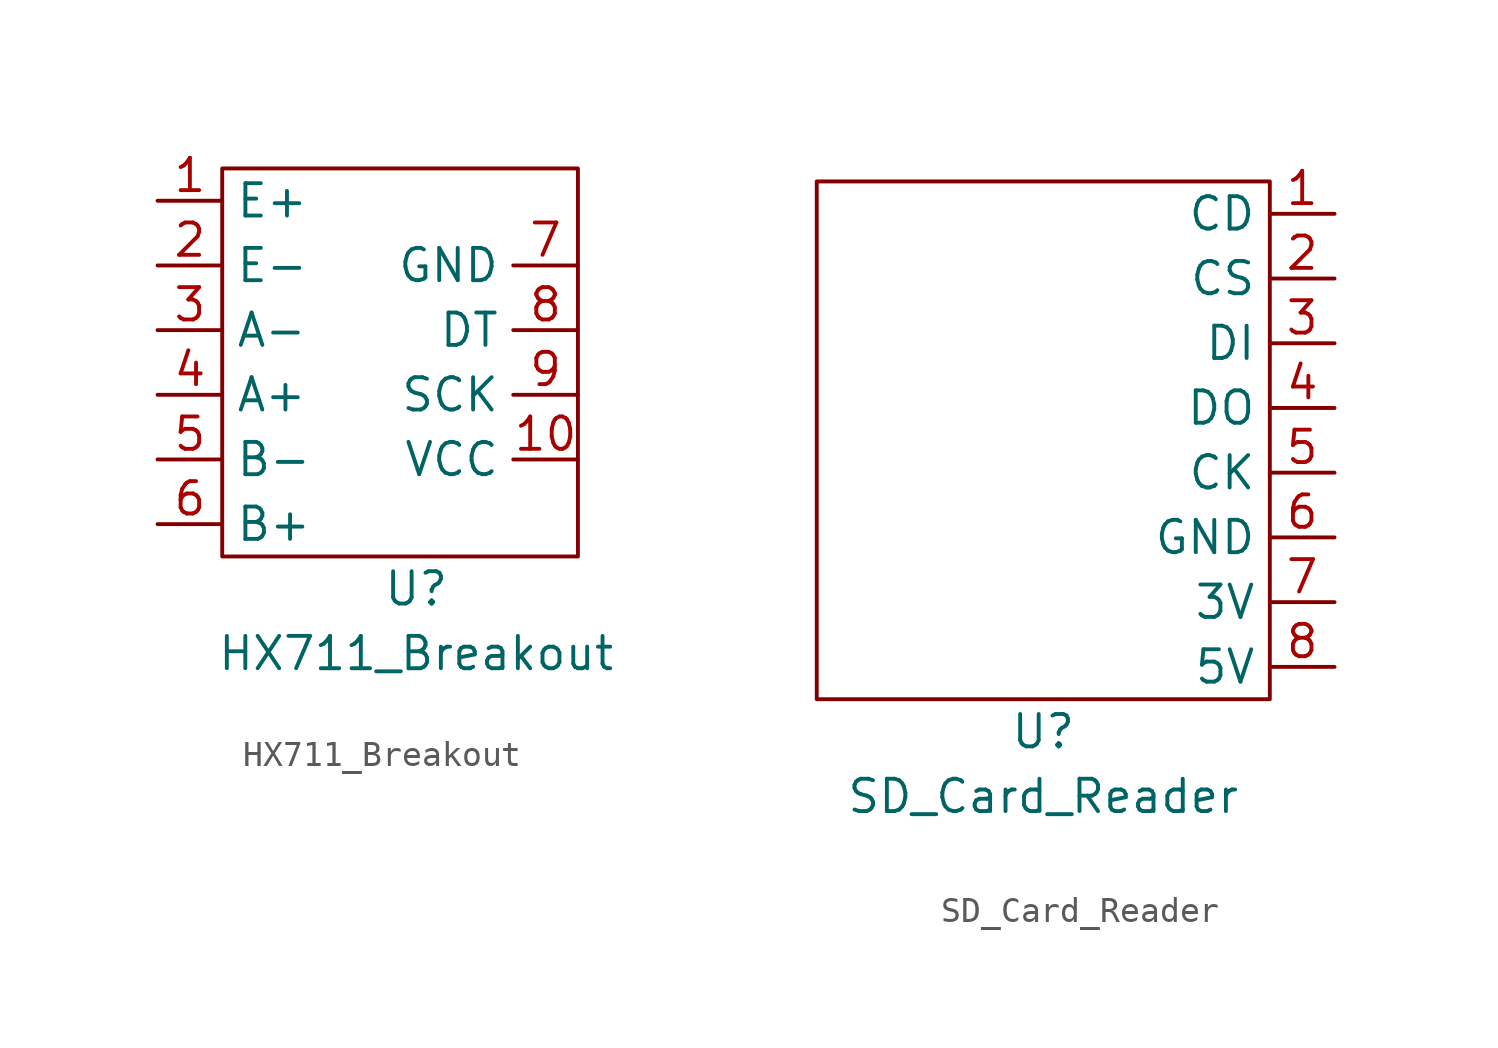
<source format=kicad_sym>
(kicad_symbol_lib
  (version 20211014)
  (generator kicad_symbol_editor)
  (symbol "HX711_Breakout"
    (property "Reference" "U"
      (at -1.27 -5.08 0)
      (effects (font (size 1.27 1.27))))
    (property "Value" "HX711_Breakout"
      (at -1.27 -7.62 0)
      (effects (font (size 1.27 1.27))))
    (symbol "HX711_Breakout_0_1"
      (rectangle (start -8.89 11.43) (end 5.08 -3.81) (stroke (width 0) (type default) (color 0 0 0 0)) (fill (type none))))
    (symbol "HX711_Breakout_1_1"
      (pin output line (at -11.43 10.16 0) (length 2.54) (name "E+" (effects (font (size 1.27 1.27)))) (number "1" (effects (font (size 1.27 1.27)))))
      (pin input line (at 5.08 0 180) (length 2.54) (name "VCC" (effects (font (size 1.27 1.27)))) (number "10" (effects (font (size 1.27 1.27)))))
      (pin output line (at -11.43 7.62 0) (length 2.54) (name "E-" (effects (font (size 1.27 1.27)))) (number "2" (effects (font (size 1.27 1.27)))))
      (pin output line (at -11.43 5.08 0) (length 2.54) (name "A-" (effects (font (size 1.27 1.27)))) (number "3" (effects (font (size 1.27 1.27)))))
      (pin output line (at -11.43 2.54 0) (length 2.54) (name "A+" (effects (font (size 1.27 1.27)))) (number "4" (effects (font (size 1.27 1.27)))))
      (pin output line (at -11.43 0 0) (length 2.54) (name "B-" (effects (font (size 1.27 1.27)))) (number "5" (effects (font (size 1.27 1.27)))))
      (pin output line (at -11.43 -2.54 0) (length 2.54) (name "B+" (effects (font (size 1.27 1.27)))) (number "6" (effects (font (size 1.27 1.27)))))
      (pin input line (at 5.08 7.62 180) (length 2.54) (name "GND" (effects (font (size 1.27 1.27)))) (number "7" (effects (font (size 1.27 1.27)))))
      (pin input line (at 5.08 5.08 180) (length 2.54) (name "DT" (effects (font (size 1.27 1.27)))) (number "8" (effects (font (size 1.27 1.27)))))
      (pin input line (at 5.08 2.54 180) (length 2.54) (name "SCK" (effects (font (size 1.27 1.27)))) (number "9" (effects (font (size 1.27 1.27)))))))
  (symbol "SD_Card_Reader"
    (property "Reference" "U"
      (at 0 -6.35 0)
      (effects (font (size 1.27 1.27))))
    (property "Value" "SD_Card_Reader"
      (at 0 -8.89 0)
      (effects (font (size 1.27 1.27))))
    (symbol "SD_Card_Reader_0_1"
      (rectangle (start -8.89 15.24) (end 8.89 -5.08) (stroke (width 0) (type default) (color 0 0 0 0)) (fill (type none))))
    (symbol "SD_Card_Reader_1_1"
      (pin output line (at 11.43 13.97 180) (length 2.54) (name "CD" (effects (font (size 1.27 1.27)))) (number "1" (effects (font (size 1.27 1.27)))))
      (pin input line (at 11.43 11.43 180) (length 2.54) (name "CS" (effects (font (size 1.27 1.27)))) (number "2" (effects (font (size 1.27 1.27)))))
      (pin input line (at 11.43 8.89 180) (length 2.54) (name "DI" (effects (font (size 1.27 1.27)))) (number "3" (effects (font (size 1.27 1.27)))))
      (pin output line (at 11.43 6.35 180) (length 2.54) (name "DO" (effects (font (size 1.27 1.27)))) (number "4" (effects (font (size 1.27 1.27)))))
      (pin input line (at 11.43 3.81 180) (length 2.54) (name "CK" (effects (font (size 1.27 1.27)))) (number "5" (effects (font (size 1.27 1.27)))))
      (pin input line (at 11.43 1.27 180) (length 2.54) (name "GND" (effects (font (size 1.27 1.27)))) (number "6" (effects (font (size 1.27 1.27)))))
      (pin input line (at 11.43 -1.27 180) (length 2.54) (name "3V" (effects (font (size 1.27 1.27)))) (number "7" (effects (font (size 1.27 1.27)))))
      (pin output line (at 11.43 -3.81 180) (length 2.54) (name "5V" (effects (font (size 1.27 1.27)))) (number "8" (effects (font (size 1.27 1.27))))))))
</source>
